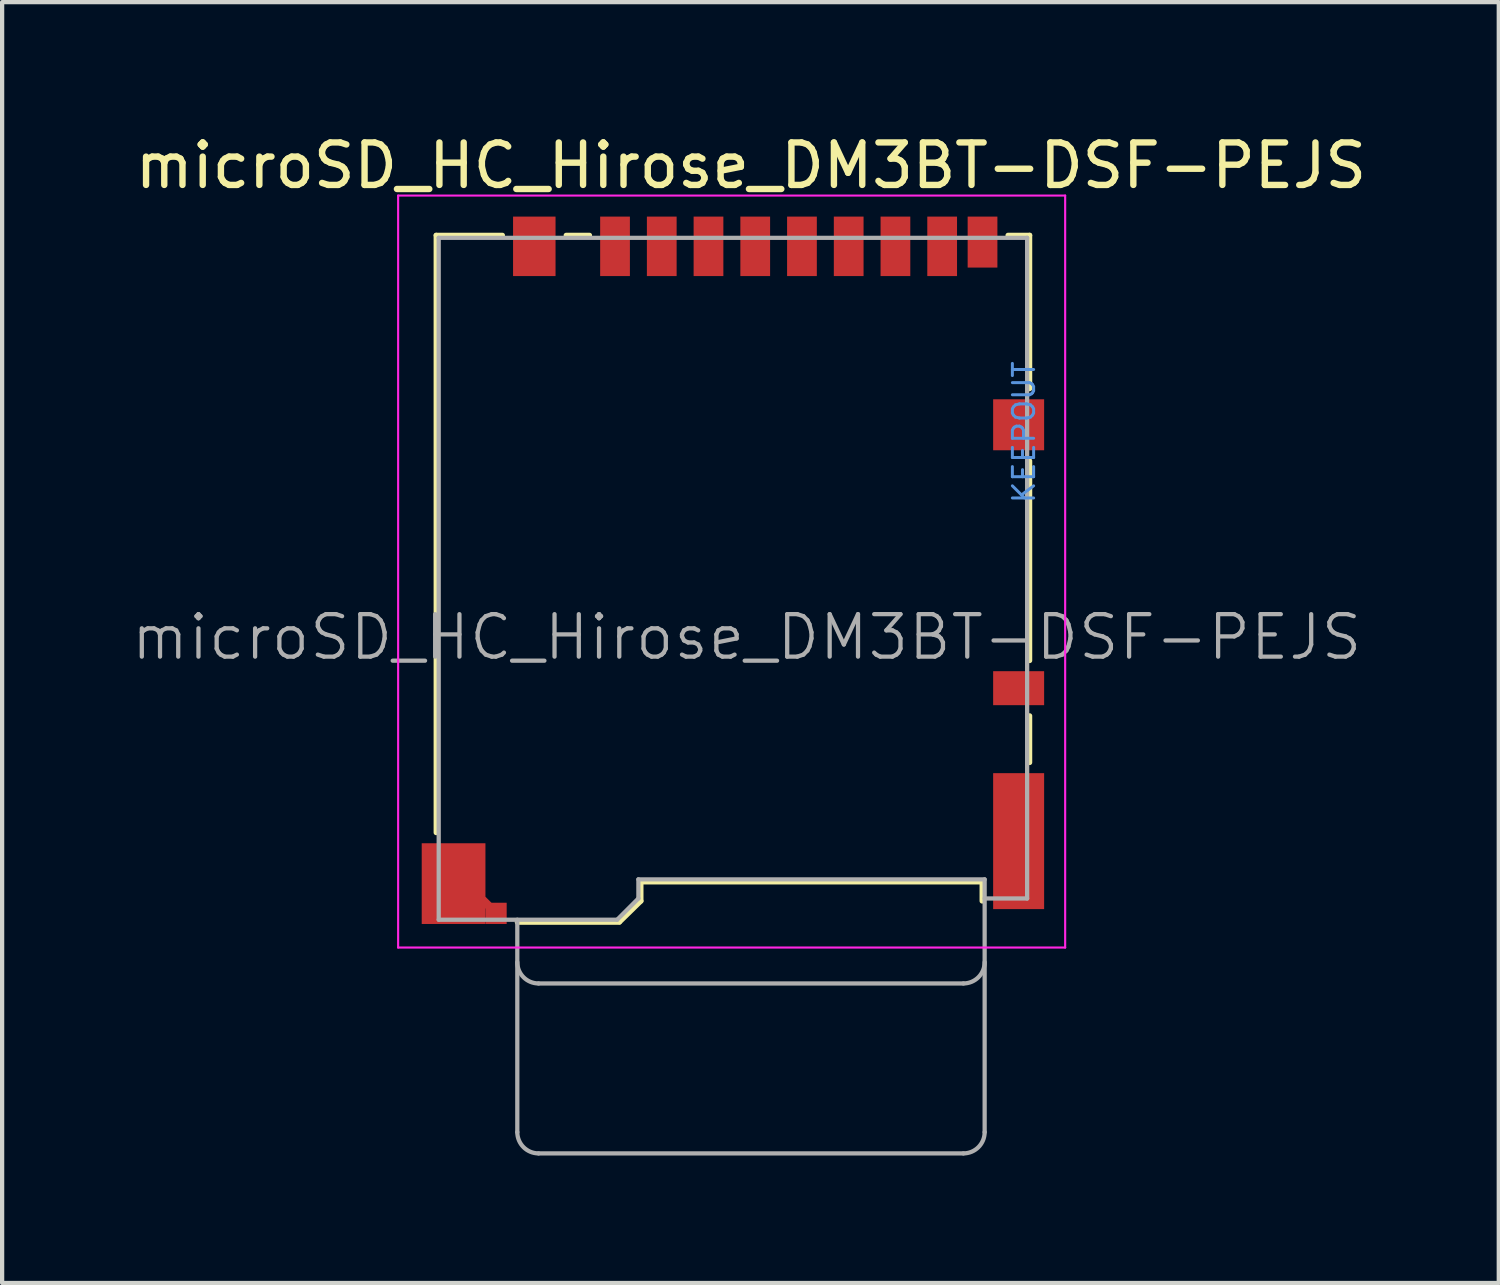
<source format=kicad_pcb>
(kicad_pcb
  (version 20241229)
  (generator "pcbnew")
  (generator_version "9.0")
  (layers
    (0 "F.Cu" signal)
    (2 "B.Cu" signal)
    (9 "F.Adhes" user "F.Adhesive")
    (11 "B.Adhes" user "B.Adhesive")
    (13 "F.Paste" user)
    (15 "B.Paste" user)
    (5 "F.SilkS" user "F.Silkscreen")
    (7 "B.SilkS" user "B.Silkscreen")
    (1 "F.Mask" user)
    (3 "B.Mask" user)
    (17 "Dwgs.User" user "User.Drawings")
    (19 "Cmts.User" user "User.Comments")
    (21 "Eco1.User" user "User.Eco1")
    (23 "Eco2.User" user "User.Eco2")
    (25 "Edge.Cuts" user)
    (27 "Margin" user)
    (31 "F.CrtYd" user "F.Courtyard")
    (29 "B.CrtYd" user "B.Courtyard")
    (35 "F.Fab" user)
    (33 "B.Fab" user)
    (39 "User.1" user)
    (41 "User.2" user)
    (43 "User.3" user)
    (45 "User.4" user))
  (footprint "microSD_HC_Hirose_DM3BT-DSF-PEJS"
    (layer "F.Cu")
    (at 14.201 10.373)
    (property "Reference" "microSD_HC_Hirose_DM3BT-DSF-PEJS" (at 0.425 -9.525 0) (layer "F.SilkS") (effects (font (size 1 1) (thickness 0.15))))
    (attr smd)
    (fp_line (start -6.985 -7.885) (end -6.985 6.175) (stroke (width 0.12) (type solid)) (layer "F.SilkS"))
    (fp_line (start -6.985 -7.885) (end -5.425 -7.885) (stroke (width 0.12) (type solid)) (layer "F.SilkS"))
    (fp_line (start -5.075 8.285) (end -2.675 8.285) (stroke (width 0.12) (type solid)) (layer "F.SilkS"))
    (fp_line (start -3.375 -7.885) (end -3.925 -7.885) (stroke (width 0.12) (type solid)) (layer "F.SilkS"))
    (fp_line (start -2.665 8.275) (end -2.165 7.785) (stroke (width 0.12) (type solid)) (layer "F.SilkS"))
    (fp_line (start -2.165 7.335) (end -2.165 7.785) (stroke (width 0.12) (type solid)) (layer "F.SilkS"))
    (fp_line (start 5.865 7.335) (end -2.165 7.335) (stroke (width 0.12) (type solid)) (layer "F.SilkS"))
    (fp_line (start 5.865 7.335) (end 5.865 7.785) (stroke (width 0.12) (type solid)) (layer "F.SilkS"))
    (fp_line (start 6.475 -7.885) (end 6.985 -7.885) (stroke (width 0.12) (type solid)) (layer "F.SilkS"))
    (fp_line (start 6.985 -7.885) (end 6.985 -4.275) (stroke (width 0.12) (type solid)) (layer "F.SilkS"))
    (fp_line (start 6.985 -2.575) (end 6.985 2.125) (stroke (width 0.12) (type solid)) (layer "F.SilkS"))
    (fp_line (start 6.985 3.425) (end 6.985 4.525) (stroke (width 0.12) (type solid)) (layer "F.SilkS"))
    (fp_line (start -7.88 -8.82) (end 7.82 -8.82) (stroke (width 0.05) (type solid)) (layer "F.CrtYd"))
    (fp_line (start -7.88 8.88) (end -7.88 -8.82) (stroke (width 0.05) (type solid)) (layer "F.CrtYd"))
    (fp_line (start 7.82 -8.82) (end 7.82 8.88) (stroke (width 0.05) (type solid)) (layer "F.CrtYd"))
    (fp_line (start 7.82 8.88) (end -7.88 8.88) (stroke (width 0.05) (type solid)) (layer "F.CrtYd"))
    (fp_line (start -6.925 -7.825) (end 6.925 -7.825) (stroke (width 0.1) (type solid)) (layer "F.Fab"))
    (fp_line (start -6.925 8.225) (end -6.925 -7.825) (stroke (width 0.1) (type solid)) (layer "F.Fab"))
    (fp_line (start -6.925 8.225) (end -2.725 8.225) (stroke (width 0.1) (type solid)) (layer "F.Fab"))
    (fp_line (start -5.075 8.225) (end -5.075 13.225) (stroke (width 0.1) (type solid)) (layer "F.Fab"))
    (fp_line (start -4.575 9.725) (end 5.425 9.725) (stroke (width 0.1) (type solid)) (layer "F.Fab"))
    (fp_line (start -4.575 13.725) (end 5.425 13.725) (stroke (width 0.1) (type solid)) (layer "F.Fab"))
    (fp_line (start -2.225 7.275) (end -2.225 7.725) (stroke (width 0.1) (type solid)) (layer "F.Fab"))
    (fp_line (start -2.225 7.275) (end 5.925 7.275) (stroke (width 0.1) (type solid)) (layer "F.Fab"))
    (fp_line (start -2.225 7.725) (end -2.725 8.225) (stroke (width 0.1) (type solid)) (layer "F.Fab"))
    (fp_line (start 5.925 13.225) (end 5.925 7.275) (stroke (width 0.1) (type solid)) (layer "F.Fab"))
    (fp_line (start 6.925 7.725) (end 5.925 7.725) (stroke (width 0.1) (type solid)) (layer "F.Fab"))
    (fp_line (start 6.925 7.725) (end 6.925 -7.825) (stroke (width 0.1) (type solid)) (layer "F.Fab"))
    (fp_arc (start -4.575 9.725) (mid -4.928553 9.578553) (end -5.075 9.225) (stroke (width 0.1) (type solid)) (layer "F.Fab"))
    (fp_arc (start -4.575 13.725) (mid -4.928553 13.578553) (end -5.075 13.225) (stroke (width 0.1) (type solid)) (layer "F.Fab"))
    (fp_arc (start 5.925 9.225) (mid 5.778553 9.578553) (end 5.425 9.725) (stroke (width 0.1) (type solid)) (layer "F.Fab"))
    (fp_arc (start 5.925 13.225) (mid 5.778553 13.578553) (end 5.425 13.725) (stroke (width 0.1) (type solid)) (layer "F.Fab"))
    (fp_text user "KEEPOUT" (at 6.85 -3.25 90) (layer "Cmts.User") (effects (font (size 0.5 0.5) (thickness 0.07))))
    (fp_text user "${REFERENCE}" (at 0.325 1.575 0) (layer "F.Fab") (effects (font (size 1 1) (thickness 0.1))))
    (pad "1" smd rect (at -2.775 -7.625) (size 0.7 1.4) (layers "F.Cu" "F.Mask" "F.Paste"))
    (pad "2" smd rect (at -1.675 -7.625) (size 0.7 1.4) (layers "F.Cu" "F.Mask" "F.Paste"))
    (pad "3" smd rect (at -0.575 -7.625) (size 0.7 1.4) (layers "F.Cu" "F.Mask" "F.Paste"))
    (pad "4" smd rect (at 0.525 -7.625) (size 0.7 1.4) (layers "F.Cu" "F.Mask" "F.Paste"))
    (pad "5" smd rect (at 1.625 -7.625) (size 0.7 1.4) (layers "F.Cu" "F.Mask" "F.Paste"))
    (pad "6" smd rect (at 2.725 -7.625) (size 0.7 1.4) (layers "F.Cu" "F.Mask" "F.Paste"))
    (pad "7" smd rect (at 3.825 -7.625) (size 0.7 1.4) (layers "F.Cu" "F.Mask" "F.Paste"))
    (pad "8" smd rect (at 4.925 -7.625) (size 0.7 1.4) (layers "F.Cu" "F.Mask" "F.Paste"))
    (pad "9" smd rect (at 5.875 -7.725) (size 0.7 1.2) (layers "F.Cu" "F.Mask" "F.Paste"))
    (pad "10" smd rect (at 6.725 2.775) (size 1.2 0.8) (layers "F.Cu" "F.Mask" "F.Paste"))
    (pad "11" smd rect (at -6.575 7.375) (size 1.5 1.9) (layers "F.Cu" "F.Mask" "F.Paste"))
    (pad "11" smd rect (at -5.825 7.825 45) (size 0.2 0.2) (layers "F.Cu" "F.Mask" "F.Paste"))
    (pad "11" smd rect (at -5.575 8.075) (size 0.5 0.5) (layers "F.Cu" "F.Mask" "F.Paste"))
    (pad "11" smd rect (at -4.675 -7.625) (size 1 1.4) (layers "F.Cu" "F.Mask" "F.Paste"))
    (pad "11" smd rect (at 6.725 -3.425) (size 1.2 1.2) (layers "F.Cu" "F.Mask" "F.Paste"))
    (pad "11" smd rect (at 6.725 6.375) (size 1.2 3.2) (layers "F.Cu" "F.Mask" "F.Paste"))
    (zone (net_name "") (layer "F.Cu") (hatch full 0.508) (connect_pads) (min_thickness 0.254) (filled_areas_thickness no) (keepout (tracks not_allowed) (vias not_allowed) (pads not_allowed) (copperpour not_allowed) (footprints not_allowed)) (placement (enabled no)) (fill) (polygon (pts (xy 20.676 6.348) (xy 21.426 6.348) (xy 21.426 3.098) (xy 20.676 3.098))))
    (zone (net_name "") (layer "F.Cu") (hatch full 0.508) (connect_pads) (min_thickness 0.254) (filled_areas_thickness no) (keepout (tracks not_allowed) (vias not_allowed) (pads not_allowed) (copperpour not_allowed) (footprints not_allowed)) (placement (enabled no)) (fill) (polygon (pts (xy 20.676 11.148) (xy 21.426 11.148) (xy 21.426 7.548) (xy 20.676 7.548)))))
  (gr_rect
    (start -3 -3)
    (end 32.227 27.148)
    (stroke (width 0.1) (type default))
    (fill no)
    (layer "Edge.Cuts")))
</source>
